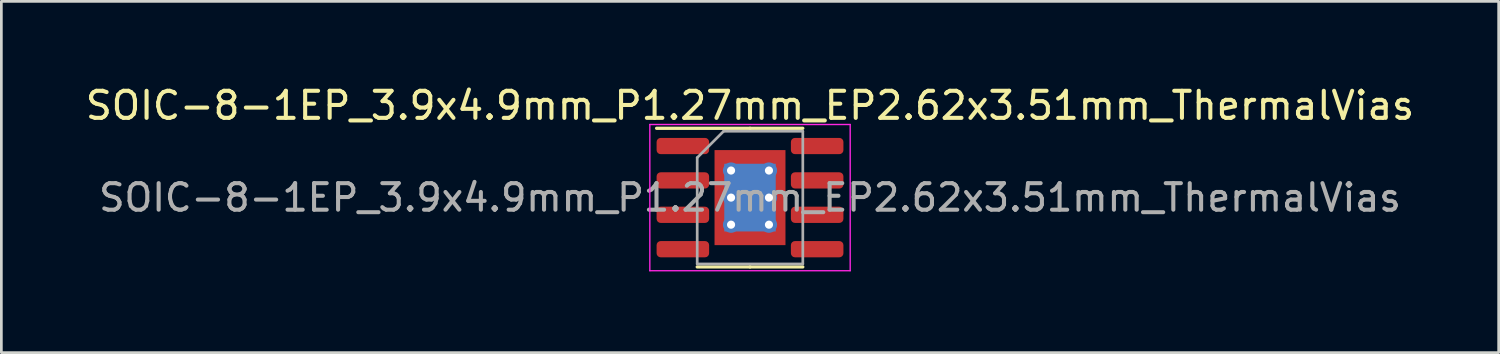
<source format=kicad_pcb>
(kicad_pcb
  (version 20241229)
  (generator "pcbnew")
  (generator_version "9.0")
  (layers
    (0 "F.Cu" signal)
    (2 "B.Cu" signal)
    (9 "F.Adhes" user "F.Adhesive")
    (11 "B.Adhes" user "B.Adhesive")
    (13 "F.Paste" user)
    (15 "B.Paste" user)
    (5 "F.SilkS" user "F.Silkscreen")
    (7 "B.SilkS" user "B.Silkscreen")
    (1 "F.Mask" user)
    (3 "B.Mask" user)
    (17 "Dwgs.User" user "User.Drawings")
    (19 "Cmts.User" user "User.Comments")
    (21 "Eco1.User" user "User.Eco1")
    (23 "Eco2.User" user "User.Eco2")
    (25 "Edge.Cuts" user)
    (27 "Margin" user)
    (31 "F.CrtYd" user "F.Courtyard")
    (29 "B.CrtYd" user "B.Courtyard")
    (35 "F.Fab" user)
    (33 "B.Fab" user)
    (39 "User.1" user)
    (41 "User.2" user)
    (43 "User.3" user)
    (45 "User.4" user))
  (footprint "SOIC-8-1EP_3.9x4.9mm_P1.27mm_EP2.62x3.51mm_ThermalVias"
    (layer "F.Cu")
    (at 24.649 4.248)
    (property "Reference" "SOIC-8-1EP_3.9x4.9mm_P1.27mm_EP2.62x3.51mm_ThermalVias" (at 0 -3.4 0) (layer "F.SilkS") (effects (font (size 1 1) (thickness 0.15))))
    (attr smd)
    (fp_line (start 0 -2.56) (end -3.45 -2.56) (stroke (width 0.12) (type solid)) (layer "F.SilkS"))
    (fp_line (start 0 -2.56) (end 1.95 -2.56) (stroke (width 0.12) (type solid)) (layer "F.SilkS"))
    (fp_line (start 0 2.56) (end -1.95 2.56) (stroke (width 0.12) (type solid)) (layer "F.SilkS"))
    (fp_line (start 0 2.56) (end 1.95 2.56) (stroke (width 0.12) (type solid)) (layer "F.SilkS"))
    (fp_line (start -3.7 -2.7) (end -3.7 2.7) (stroke (width 0.05) (type solid)) (layer "F.CrtYd"))
    (fp_line (start -3.7 2.7) (end 3.7 2.7) (stroke (width 0.05) (type solid)) (layer "F.CrtYd"))
    (fp_line (start 3.7 -2.7) (end -3.7 -2.7) (stroke (width 0.05) (type solid)) (layer "F.CrtYd"))
    (fp_line (start 3.7 2.7) (end 3.7 -2.7) (stroke (width 0.05) (type solid)) (layer "F.CrtYd"))
    (fp_line (start -1.95 -1.475) (end -0.975 -2.45) (stroke (width 0.1) (type solid)) (layer "F.Fab"))
    (fp_line (start -1.95 2.45) (end -1.95 -1.475) (stroke (width 0.1) (type solid)) (layer "F.Fab"))
    (fp_line (start -0.975 -2.45) (end 1.95 -2.45) (stroke (width 0.1) (type solid)) (layer "F.Fab"))
    (fp_line (start 1.95 -2.45) (end 1.95 2.45) (stroke (width 0.1) (type solid)) (layer "F.Fab"))
    (fp_line (start 1.95 2.45) (end -1.95 2.45) (stroke (width 0.1) (type solid)) (layer "F.Fab"))
    (fp_text user "${REFERENCE}" (at 0 0 0) (layer "F.Fab") (effects (font (size 0.98 0.98) (thickness 0.15))))
    (pad "" smd roundrect (at -0.655 -0.875) (size 1.1 1.47) (layers "F.Paste") (roundrect_rratio 0.227))
    (pad "" smd roundrect (at -0.655 0.875) (size 1.1 1.47) (layers "F.Paste") (roundrect_rratio 0.227))
    (pad "" smd roundrect (at 0.655 -0.875) (size 1.1 1.47) (layers "F.Paste") (roundrect_rratio 0.227))
    (pad "" smd roundrect (at 0.655 0.875) (size 1.1 1.47) (layers "F.Paste") (roundrect_rratio 0.227))
    (pad "1" smd roundrect (at -2.48 -1.905) (size 1.94 0.6) (layers "F.Cu" "F.Mask" "F.Paste") (roundrect_rratio 0.25))
    (pad "2" smd roundrect (at -2.48 -0.635) (size 1.94 0.6) (layers "F.Cu" "F.Mask" "F.Paste") (roundrect_rratio 0.25))
    (pad "3" smd roundrect (at -2.48 0.635) (size 1.94 0.6) (layers "F.Cu" "F.Mask" "F.Paste") (roundrect_rratio 0.25))
    (pad "4" smd roundrect (at -2.48 1.905) (size 1.94 0.6) (layers "F.Cu" "F.Mask" "F.Paste") (roundrect_rratio 0.25))
    (pad "5" thru_hole circle (at -0.7 -1) (size 0.6 0.6) (drill 0.3) (layers "*.Cu"))
    (pad "5" thru_hole circle (at -0.7 0) (size 0.6 0.6) (drill 0.3) (layers "*.Cu"))
    (pad "5" thru_hole circle (at -0.7 1) (size 0.6 0.6) (drill 0.3) (layers "*.Cu"))
    (pad "5" smd rect (at 0 0) (size 1.9 2.5) (layers "B.Cu"))
    (pad "5" smd rect (at 0 0) (size 2.62 3.51) (layers "F.Cu" "F.Mask"))
    (pad "5" thru_hole circle (at 0.7 -1) (size 0.6 0.6) (drill 0.3) (layers "*.Cu"))
    (pad "5" thru_hole circle (at 0.7 0) (size 0.6 0.6) (drill 0.3) (layers "*.Cu"))
    (pad "5" thru_hole circle (at 0.7 1) (size 0.6 0.6) (drill 0.3) (layers "*.Cu"))
    (pad "5" smd roundrect (at 2.48 1.905) (size 1.94 0.6) (layers "F.Cu" "F.Mask" "F.Paste") (roundrect_rratio 0.25))
    (pad "6" smd roundrect (at 2.48 0.635) (size 1.94 0.6) (layers "F.Cu" "F.Mask" "F.Paste") (roundrect_rratio 0.25))
    (pad "7" smd roundrect (at 2.48 -0.635) (size 1.94 0.6) (layers "F.Cu" "F.Mask" "F.Paste") (roundrect_rratio 0.25))
    (pad "8" smd roundrect (at 2.48 -1.905) (size 1.94 0.6) (layers "F.Cu" "F.Mask" "F.Paste") (roundrect_rratio 0.25)))
  (gr_rect
    (start -3 -3)
    (end 52.298 9.973)
    (stroke (width 0.1) (type default))
    (fill no)
    (layer "Edge.Cuts")))
</source>
